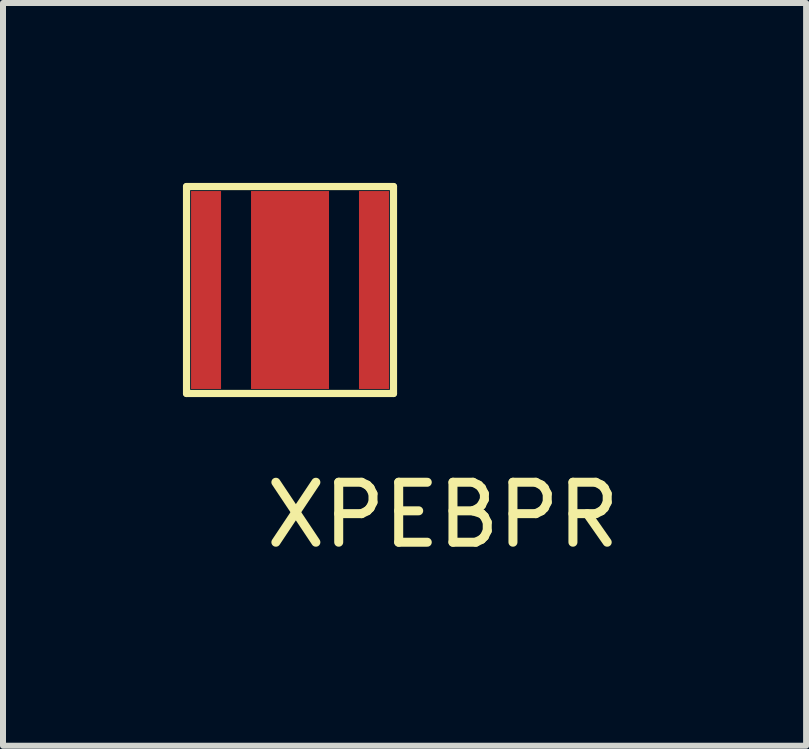
<source format=kicad_pcb>
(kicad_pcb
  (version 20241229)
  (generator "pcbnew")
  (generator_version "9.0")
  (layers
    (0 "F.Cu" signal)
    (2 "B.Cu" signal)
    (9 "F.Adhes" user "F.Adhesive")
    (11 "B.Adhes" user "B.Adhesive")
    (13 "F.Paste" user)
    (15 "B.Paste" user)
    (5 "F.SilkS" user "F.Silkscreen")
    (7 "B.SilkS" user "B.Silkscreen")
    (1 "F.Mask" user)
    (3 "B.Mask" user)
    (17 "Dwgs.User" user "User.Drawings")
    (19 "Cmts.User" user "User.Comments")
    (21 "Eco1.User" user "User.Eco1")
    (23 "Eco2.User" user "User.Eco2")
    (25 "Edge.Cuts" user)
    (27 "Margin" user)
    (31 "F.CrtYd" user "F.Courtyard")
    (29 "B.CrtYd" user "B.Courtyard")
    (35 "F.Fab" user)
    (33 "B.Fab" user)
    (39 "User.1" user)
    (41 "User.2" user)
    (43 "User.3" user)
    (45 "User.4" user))
  (footprint "XPEBPR"
    (layer "F.Cu")
    (at 1.785 1.785)
    (property "Reference" "XPEBPR" (at 2.55 3.75 0) (layer "F.SilkS") (effects (font (size 1 1) (thickness 0.15))))
    (attr through_hole)
    (fp_line (start -1.725 -1.725) (end 1.725 -1.725) (stroke (width 0.12) (type solid)) (layer "F.SilkS"))
    (fp_line (start -1.725 1.725) (end -1.725 -1.725) (stroke (width 0.12) (type solid)) (layer "F.SilkS"))
    (fp_line (start -1.725 1.725) (end 1.725 1.725) (stroke (width 0.12) (type solid)) (layer "F.SilkS"))
    (fp_line (start 1.725 -1.725) (end 1.725 1.725) (stroke (width 0.12) (type solid)) (layer "F.SilkS"))
    (pad "" smd rect (at 0 0) (size 1.3 3.3) (layers "F.Cu" "F.Mask" "F.Paste"))
    (pad "1" smd rect (at -1.4 0) (size 0.5 3.3) (layers "F.Cu" "F.Mask" "F.Paste"))
    (pad "2" smd rect (at 1.4 0) (size 0.5 3.3) (layers "F.Cu" "F.Mask" "F.Paste")))
  (gr_rect
    (start -3 -3)
    (end 10.389 9.383)
    (stroke (width 0.1) (type default))
    (fill no)
    (layer "Edge.Cuts")))
</source>
